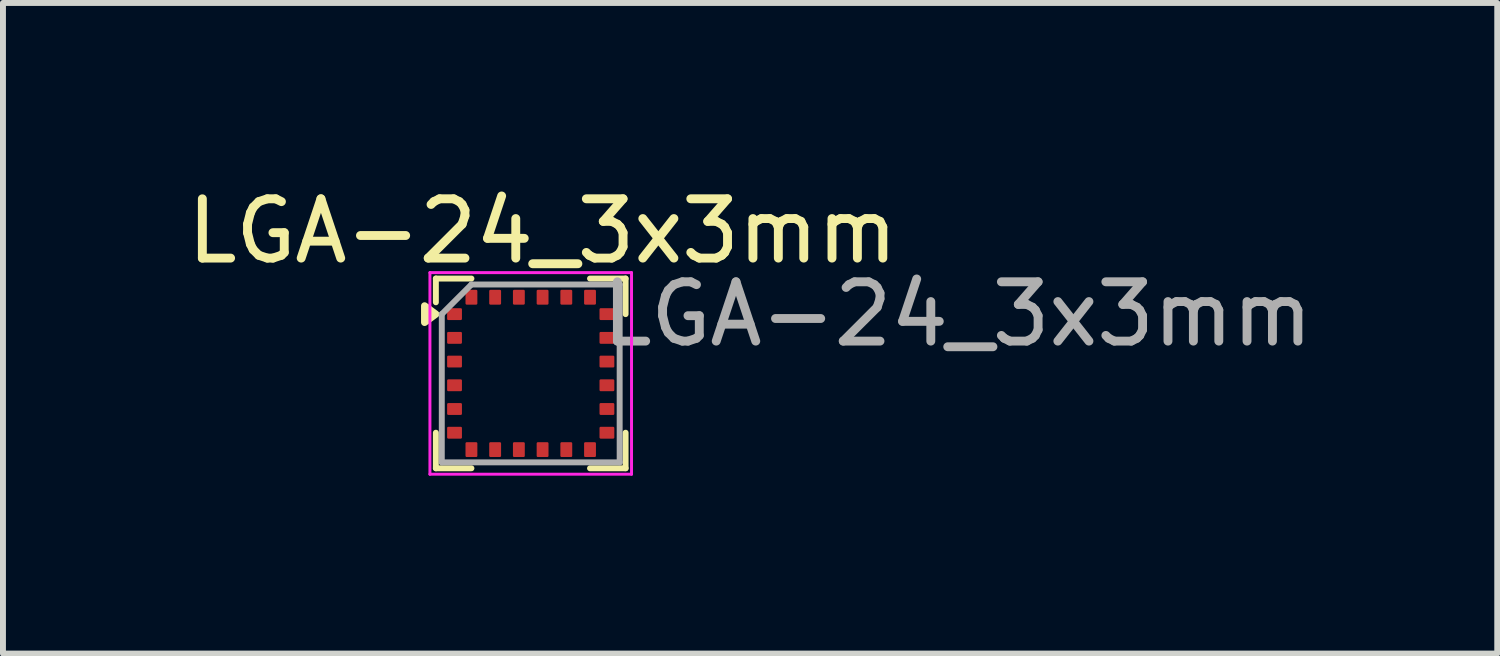
<source format=kicad_pcb>
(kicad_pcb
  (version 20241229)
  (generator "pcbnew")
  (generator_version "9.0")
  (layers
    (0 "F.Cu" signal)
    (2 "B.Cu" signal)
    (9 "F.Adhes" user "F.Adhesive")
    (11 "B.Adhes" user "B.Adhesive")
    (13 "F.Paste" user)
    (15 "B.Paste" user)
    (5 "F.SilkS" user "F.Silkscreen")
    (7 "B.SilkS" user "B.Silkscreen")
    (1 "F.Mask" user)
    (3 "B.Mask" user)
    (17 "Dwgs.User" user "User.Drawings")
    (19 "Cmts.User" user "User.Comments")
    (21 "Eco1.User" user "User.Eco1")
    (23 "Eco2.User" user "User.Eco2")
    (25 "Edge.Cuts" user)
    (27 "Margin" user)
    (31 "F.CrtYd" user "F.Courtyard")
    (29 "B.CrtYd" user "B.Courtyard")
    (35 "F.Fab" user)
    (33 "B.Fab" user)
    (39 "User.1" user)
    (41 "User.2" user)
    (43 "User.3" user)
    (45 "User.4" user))
  (footprint "LGA-24_3x3mm"
    (layer "F.Cu")
    (at 5.901 3.248)
    (property "Reference" "LGA-24_3x3mm" (at 0.2 -2.4 0) (layer "F.SilkS") (effects (font (size 1 1) (thickness 0.15))))
    (attr smd)
    (fp_line (start -1.6 -1.6) (end -1.6 -1.2) (stroke (width 0.1) (type default)) (layer "F.SilkS"))
    (fp_line (start -1.6 -1.6) (end -1 -1.6) (stroke (width 0.1) (type default)) (layer "F.SilkS"))
    (fp_line (start -1.6 1.6) (end -1.6 1) (stroke (width 0.1) (type default)) (layer "F.SilkS"))
    (fp_line (start -1.6 1.6) (end -1 1.6) (stroke (width 0.1) (type default)) (layer "F.SilkS"))
    (fp_line (start 1.6 -1.6) (end 1 -1.6) (stroke (width 0.1) (type default)) (layer "F.SilkS"))
    (fp_line (start 1.6 -1.6) (end 1.6 -1) (stroke (width 0.1) (type default)) (layer "F.SilkS"))
    (fp_line (start 1.6 1.6) (end 1 1.6) (stroke (width 0.1) (type default)) (layer "F.SilkS"))
    (fp_line (start 1.6 1.6) (end 1.6 1) (stroke (width 0.1) (type default)) (layer "F.SilkS"))
    (fp_poly (pts (xy -1.6 -1) (xy -1.79 -0.86) (xy -1.79 -1.14) (xy -1.6 -1)) (stroke (width 0.12) (type solid)) (fill yes) (layer "F.SilkS"))
    (fp_line (start -1.7 -1.7) (end -1.7 1.7) (stroke (width 0.05) (type solid)) (layer "F.CrtYd"))
    (fp_line (start 1.7 -1.7) (end -1.7 -1.7) (stroke (width 0.05) (type solid)) (layer "F.CrtYd"))
    (fp_line (start 1.7 -1.7) (end 1.7 1.7) (stroke (width 0.05) (type solid)) (layer "F.CrtYd"))
    (fp_line (start 1.7 1.7) (end -1.7 1.7) (stroke (width 0.05) (type solid)) (layer "F.CrtYd"))
    (fp_line (start -1.5 -1) (end -1 -1.5) (stroke (width 0.1) (type default)) (layer "F.Fab"))
    (fp_line (start -1.5 1.5) (end -1.5 -1) (stroke (width 0.1) (type default)) (layer "F.Fab"))
    (fp_line (start -1 -1.5) (end 1.5 -1.5) (stroke (width 0.1) (type default)) (layer "F.Fab"))
    (fp_line (start 1.5 -1.5) (end 1.5 1.5) (stroke (width 0.1) (type default)) (layer "F.Fab"))
    (fp_line (start 1.5 1.5) (end -1.5 1.5) (stroke (width 0.1) (type default)) (layer "F.Fab"))
    (fp_text user "${REFERENCE}" (at 7.2 -1 0) (layer "F.Fab") (effects (font (size 1 1) (thickness 0.15))))
    (pad "1" smd roundrect (at -1.285 -1) (size 0.25 0.2) (layers "F.Cu" "F.Mask" "F.Paste") (roundrect_rratio 0.1))
    (pad "2" smd roundrect (at -1.285 -0.6) (size 0.25 0.2) (layers "F.Cu" "F.Mask" "F.Paste") (roundrect_rratio 0.1))
    (pad "3" smd roundrect (at -1.285 -0.2) (size 0.25 0.2) (layers "F.Cu" "F.Mask" "F.Paste") (roundrect_rratio 0.1))
    (pad "4" smd roundrect (at -1.285 0.2) (size 0.25 0.2) (layers "F.Cu" "F.Mask" "F.Paste") (roundrect_rratio 0.1))
    (pad "5" smd roundrect (at -1.285 0.6) (size 0.25 0.2) (layers "F.Cu" "F.Mask" "F.Paste") (roundrect_rratio 0.1))
    (pad "6" smd roundrect (at -1.285 1) (size 0.25 0.2) (layers "F.Cu" "F.Mask" "F.Paste") (roundrect_rratio 0.1))
    (pad "7" smd roundrect (at -1 1.285 90) (size 0.25 0.2) (layers "F.Cu" "F.Mask" "F.Paste") (roundrect_rratio 0.1))
    (pad "8" smd roundrect (at -0.6 1.285 90) (size 0.25 0.2) (layers "F.Cu" "F.Mask" "F.Paste") (roundrect_rratio 0.1))
    (pad "9" smd roundrect (at -0.2 1.285 90) (size 0.25 0.2) (layers "F.Cu" "F.Mask" "F.Paste") (roundrect_rratio 0.1))
    (pad "10" smd roundrect (at 0.2 1.285 90) (size 0.25 0.2) (layers "F.Cu" "F.Mask" "F.Paste") (roundrect_rratio 0.1))
    (pad "11" smd roundrect (at 0.6 1.285 90) (size 0.25 0.2) (layers "F.Cu" "F.Mask" "F.Paste") (roundrect_rratio 0.1))
    (pad "12" smd roundrect (at 1 1.285 90) (size 0.25 0.2) (layers "F.Cu" "F.Mask" "F.Paste") (roundrect_rratio 0.1))
    (pad "13" smd roundrect (at 1.285 1) (size 0.25 0.2) (layers "F.Cu" "F.Mask" "F.Paste") (roundrect_rratio 0.1))
    (pad "14" smd roundrect (at 1.285 0.6) (size 0.25 0.2) (layers "F.Cu" "F.Mask" "F.Paste") (roundrect_rratio 0.1))
    (pad "15" smd roundrect (at 1.285 0.2) (size 0.25 0.2) (layers "F.Cu" "F.Mask" "F.Paste") (roundrect_rratio 0.1))
    (pad "16" smd roundrect (at 1.285 -0.2) (size 0.25 0.2) (layers "F.Cu" "F.Mask" "F.Paste") (roundrect_rratio 0.1))
    (pad "17" smd roundrect (at 1.285 -0.6) (size 0.25 0.2) (layers "F.Cu" "F.Mask" "F.Paste") (roundrect_rratio 0.1))
    (pad "18" smd roundrect (at 1.285 -1) (size 0.25 0.2) (layers "F.Cu" "F.Mask" "F.Paste") (roundrect_rratio 0.1))
    (pad "19" smd roundrect (at 1 -1.285 90) (size 0.25 0.2) (layers "F.Cu" "F.Mask" "F.Paste") (roundrect_rratio 0.1))
    (pad "20" smd roundrect (at 0.6 -1.285 90) (size 0.25 0.2) (layers "F.Cu" "F.Mask" "F.Paste") (roundrect_rratio 0.1))
    (pad "21" smd roundrect (at 0.2 -1.285 90) (size 0.25 0.2) (layers "F.Cu" "F.Mask" "F.Paste") (roundrect_rratio 0.1))
    (pad "22" smd roundrect (at -0.2 -1.285 90) (size 0.25 0.2) (layers "F.Cu" "F.Mask" "F.Paste") (roundrect_rratio 0.1))
    (pad "23" smd roundrect (at -0.6 -1.285 90) (size 0.25 0.2) (layers "F.Cu" "F.Mask" "F.Paste") (roundrect_rratio 0.1))
    (pad "24" smd roundrect (at -1 -1.285 90) (size 0.25 0.2) (layers "F.Cu" "F.Mask" "F.Paste") (roundrect_rratio 0.1)))
  (gr_rect
    (start -3 -3)
    (end 22.202 7.973)
    (stroke (width 0.1) (type default))
    (fill no)
    (layer "Edge.Cuts")))
</source>
